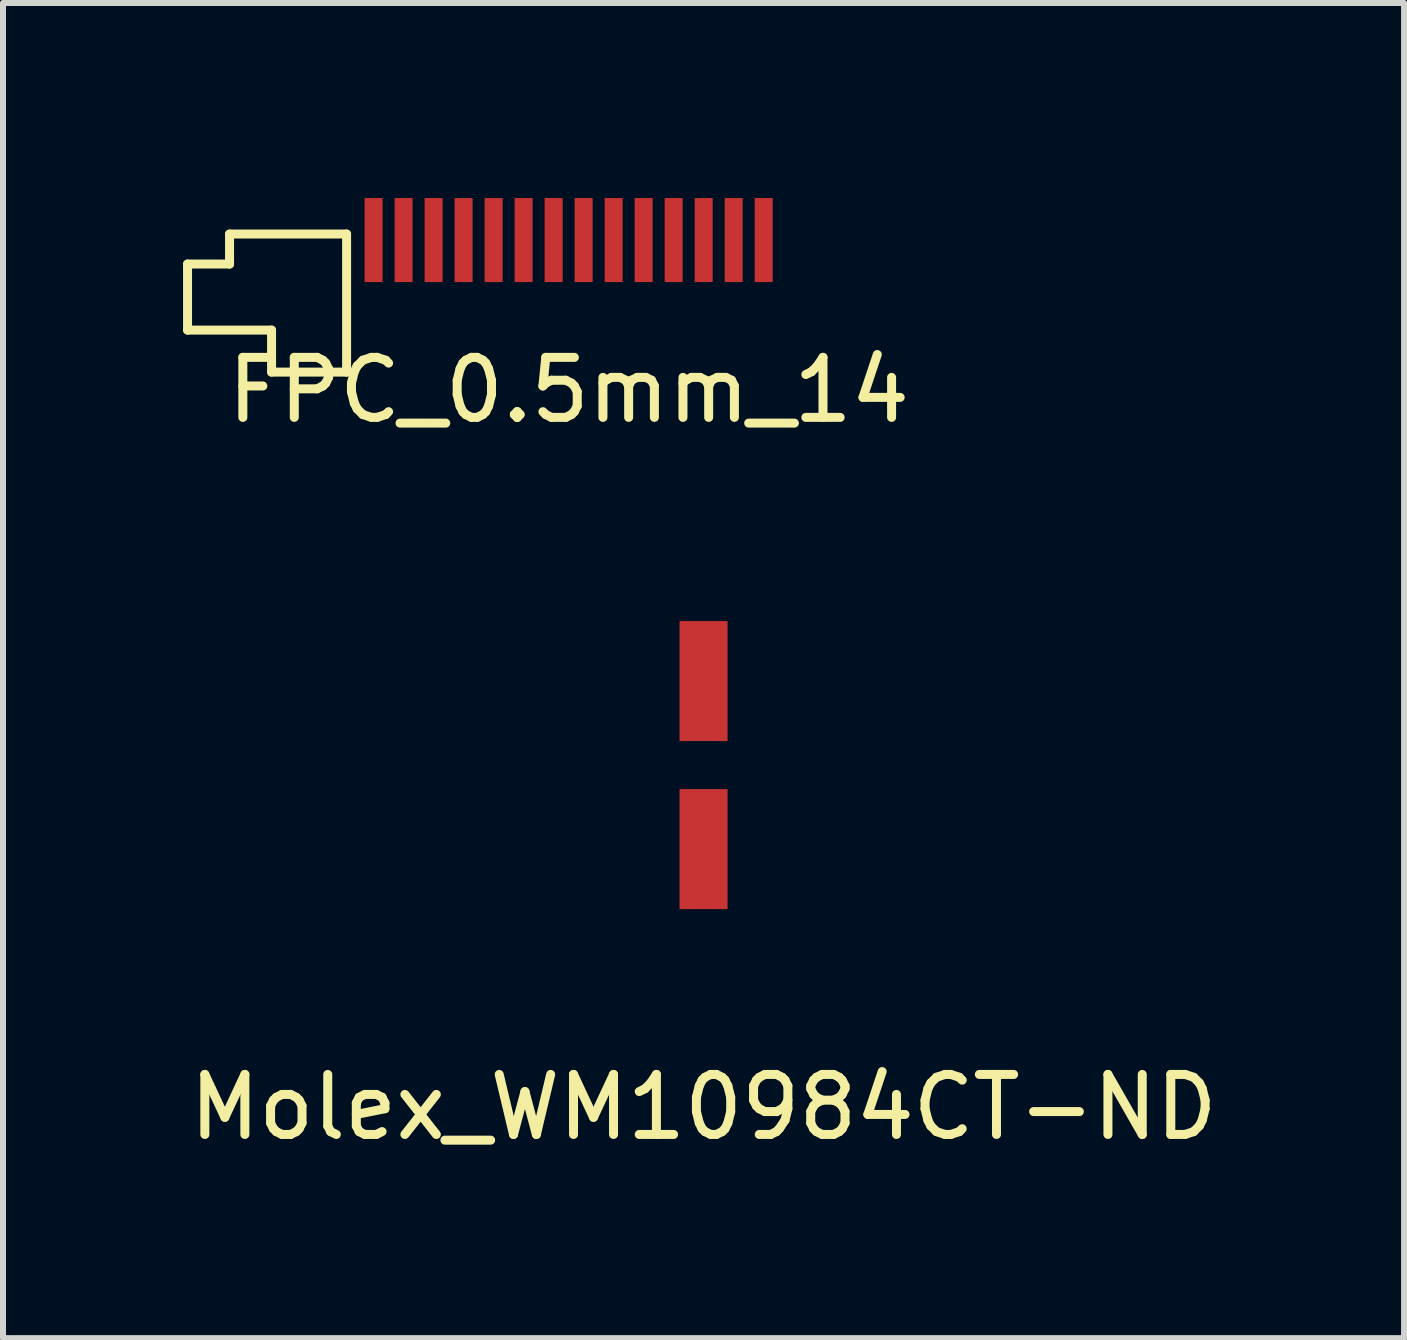
<source format=kicad_pcb>
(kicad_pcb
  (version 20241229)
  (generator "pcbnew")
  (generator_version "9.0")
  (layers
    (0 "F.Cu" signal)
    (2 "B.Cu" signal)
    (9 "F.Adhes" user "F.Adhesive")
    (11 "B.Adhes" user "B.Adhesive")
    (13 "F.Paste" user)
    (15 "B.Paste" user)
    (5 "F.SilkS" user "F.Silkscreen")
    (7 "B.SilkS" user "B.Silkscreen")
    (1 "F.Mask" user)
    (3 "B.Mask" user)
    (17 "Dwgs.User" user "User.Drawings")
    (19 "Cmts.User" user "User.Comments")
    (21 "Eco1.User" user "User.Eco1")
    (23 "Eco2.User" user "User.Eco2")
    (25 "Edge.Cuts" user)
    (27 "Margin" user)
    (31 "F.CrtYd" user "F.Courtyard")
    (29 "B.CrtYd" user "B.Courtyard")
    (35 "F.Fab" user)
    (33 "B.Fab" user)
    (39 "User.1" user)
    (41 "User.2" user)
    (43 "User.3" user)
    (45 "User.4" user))
  (footprint "Molex_WM10984CT-ND"
    (layer "F.Cu")
    (at 8.673 9.698)
    (property "Reference" "Molex_WM10984CT-ND" (at 0 5.7 0) (layer "F.SilkS") (effects (font (size 1 1) (thickness 0.15))))
    (attr through_hole)
    (pad "" smd rect (at 0 -1.4) (size 0.8 2) (layers "F.Cu" "F.Mask" "F.Paste"))
    (pad "" smd rect (at 0 1.4) (size 0.8 2) (layers "F.Cu" "F.Mask" "F.Paste")))
  (footprint "FPC_0.5mm_14"
    (layer "F.Cu")
    (at 3.175 0.25)
    (property "Reference" "FPC_0.5mm_14" (at 3.25 3.2 0) (layer "F.SilkS") (effects (font (size 1 1) (thickness 0.15))))
    (attr through_hole)
    (fp_line (start -3.1 1.1) (end -2.4 1.1) (stroke (width 0.15) (type solid)) (layer "F.SilkS"))
    (fp_line (start -3.1 2.2) (end -3.1 1.1) (stroke (width 0.15) (type solid)) (layer "F.SilkS"))
    (fp_line (start -2.4 0.6) (end -0.45 0.6) (stroke (width 0.15) (type solid)) (layer "F.SilkS"))
    (fp_line (start -2.4 1.1) (end -2.4 0.6) (stroke (width 0.15) (type solid)) (layer "F.SilkS"))
    (fp_line (start -1.7 2.2) (end -3.1 2.2) (stroke (width 0.15) (type solid)) (layer "F.SilkS"))
    (fp_line (start -1.7 2.2) (end -1.7 2.9) (stroke (width 0.15) (type solid)) (layer "F.SilkS"))
    (fp_line (start -0.45 0.6) (end -0.45 2.9) (stroke (width 0.15) (type solid)) (layer "F.SilkS"))
    (fp_line (start -0.45 2.9) (end -1.7 2.9) (stroke (width 0.15) (type solid)) (layer "F.SilkS"))
    (pad "1" smd rect (at 0 0.7) (size 0.3 1.4) (layers "F.Cu" "F.Mask" "F.Paste"))
    (pad "2" smd rect (at 0.5 0.7) (size 0.3 1.4) (layers "F.Cu" "F.Mask" "F.Paste"))
    (pad "3" smd rect (at 1 0.7) (size 0.3 1.4) (layers "F.Cu" "F.Mask" "F.Paste"))
    (pad "4" smd rect (at 1.5 0.7) (size 0.3 1.4) (layers "F.Cu" "F.Mask" "F.Paste"))
    (pad "5" smd rect (at 2 0.7) (size 0.3 1.4) (layers "F.Cu" "F.Mask" "F.Paste"))
    (pad "6" smd rect (at 2.5 0.7) (size 0.3 1.4) (layers "F.Cu" "F.Mask" "F.Paste"))
    (pad "7" smd rect (at 3 0.7) (size 0.3 1.4) (layers "F.Cu" "F.Mask" "F.Paste"))
    (pad "8" smd rect (at 3.5 0.7) (size 0.3 1.4) (layers "F.Cu" "F.Mask" "F.Paste"))
    (pad "9" smd rect (at 4 0.7) (size 0.3 1.4) (layers "F.Cu" "F.Mask" "F.Paste"))
    (pad "10" smd rect (at 4.5 0.7) (size 0.3 1.4) (layers "F.Cu" "F.Mask" "F.Paste"))
    (pad "11" smd rect (at 5 0.7) (size 0.3 1.4) (layers "F.Cu" "F.Mask" "F.Paste"))
    (pad "12" smd rect (at 5.5 0.7) (size 0.3 1.4) (layers "F.Cu" "F.Mask" "F.Paste"))
    (pad "13" smd rect (at 6 0.7) (size 0.3 1.4) (layers "F.Cu" "F.Mask" "F.Paste"))
    (pad "14" smd rect (at 6.5 0.7) (size 0.3 1.4) (layers "F.Cu" "F.Mask" "F.Paste")))
  (gr_rect
    (start -3 -3)
    (end 20.345 19.247)
    (stroke (width 0.1) (type default))
    (fill no)
    (layer "Edge.Cuts")))
</source>
